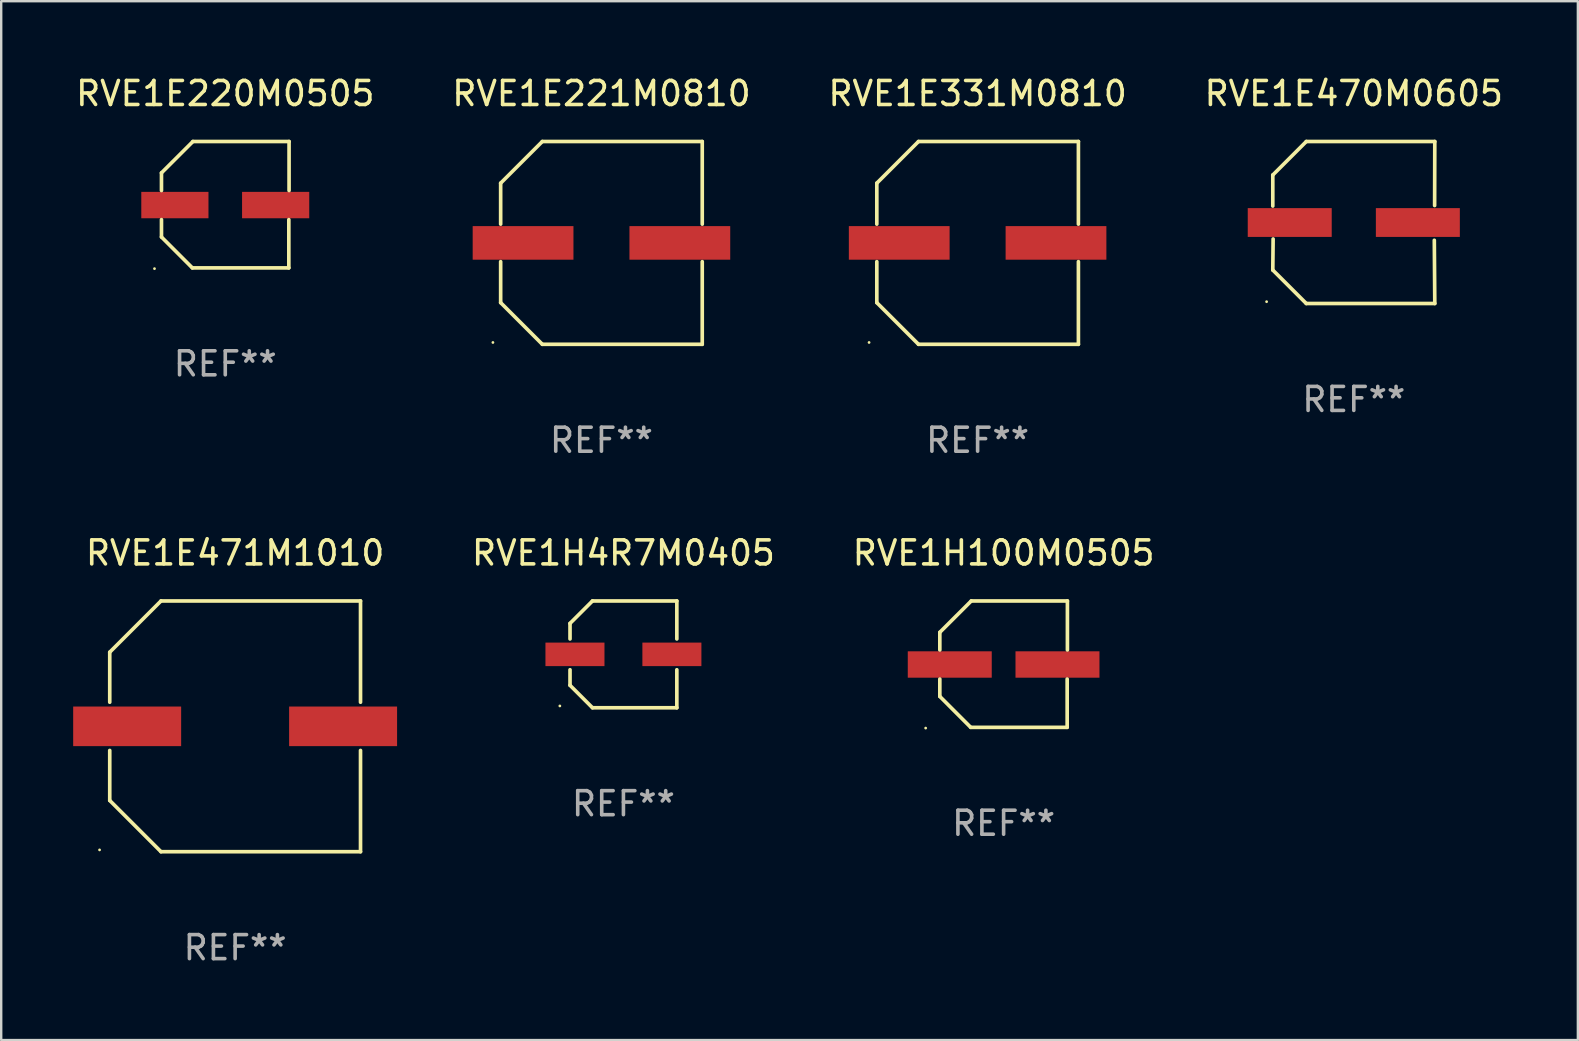
<source format=kicad_pcb>
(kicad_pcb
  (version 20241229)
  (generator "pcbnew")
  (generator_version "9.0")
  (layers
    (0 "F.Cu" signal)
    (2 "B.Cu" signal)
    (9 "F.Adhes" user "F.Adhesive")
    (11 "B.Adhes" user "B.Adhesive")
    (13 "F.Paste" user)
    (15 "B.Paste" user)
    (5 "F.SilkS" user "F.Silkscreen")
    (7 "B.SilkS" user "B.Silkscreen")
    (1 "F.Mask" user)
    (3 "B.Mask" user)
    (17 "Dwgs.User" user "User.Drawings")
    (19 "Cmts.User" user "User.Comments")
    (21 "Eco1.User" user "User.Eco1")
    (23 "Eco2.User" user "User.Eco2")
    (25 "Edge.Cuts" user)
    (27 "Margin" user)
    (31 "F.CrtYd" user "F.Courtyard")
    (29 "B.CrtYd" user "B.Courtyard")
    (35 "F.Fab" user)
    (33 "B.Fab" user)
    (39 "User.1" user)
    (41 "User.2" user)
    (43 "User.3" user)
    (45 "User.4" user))
  (footprint "RVE1E471M1010"
    (layer "F.Cu")
    (at 6.75 27.223)
    (property "Reference" "RVE1E471M1010" (at 0 -7.226 0) (layer "F.SilkS") (effects (font (size 1 1) (thickness 0.15))))
    (attr through_hole)
    (fp_line (start -5.226 -3.09) (end -5.226 -1.005) (stroke (width 0.152) (type solid)) (layer "F.SilkS"))
    (fp_line (start -5.226 1.005) (end -5.226 3.09) (stroke (width 0.152) (type solid)) (layer "F.SilkS"))
    (fp_line (start -3.09 -5.226) (end -5.226 -3.09) (stroke (width 0.152) (type solid)) (layer "F.SilkS"))
    (fp_line (start -3.09 5.226) (end -5.226 3.09) (stroke (width 0.152) (type solid)) (layer "F.SilkS"))
    (fp_line (start 5.226 -5.226) (end -3.09 -5.226) (stroke (width 0.152) (type solid)) (layer "F.SilkS"))
    (fp_line (start 5.226 -1.005) (end 5.226 -5.226) (stroke (width 0.152) (type solid)) (layer "F.SilkS"))
    (fp_line (start 5.226 5.226) (end -3.09 5.226) (stroke (width 0.152) (type solid)) (layer "F.SilkS"))
    (fp_line (start 5.226 5.226) (end 5.226 1.005) (stroke (width 0.152) (type solid)) (layer "F.SilkS"))
    (fp_circle (center -5.65 5.15) (end -5.62 5.15) (stroke (width 0.06) (type solid)) (fill no) (layer "F.SilkS"))
    (fp_text user "REF**" (at 0 9.226 0) (layer "F.Fab") (effects (font (size 1 1) (thickness 0.15))))
    (pad "1" smd rect (at -4.5 0) (size 4.5 1.65) (layers "F.Cu" "F.Mask" "F.Paste"))
    (pad "2" smd rect (at 4.5 0) (size 4.5 1.65) (layers "F.Cu" "F.Mask" "F.Paste")))
  (footprint "RVE1E331M0810"
    (layer "F.Cu")
    (at 37.696 7.074)
    (property "Reference" "RVE1E331M0810" (at 0 -6.226 0) (layer "F.SilkS") (effects (font (size 1 1) (thickness 0.15))))
    (attr through_hole)
    (fp_line (start -4.201 -2.49) (end -4.201 -0.782) (stroke (width 0.152) (type solid)) (layer "F.SilkS"))
    (fp_line (start -4.201 2.49) (end -4.201 0.782) (stroke (width 0.152) (type solid)) (layer "F.SilkS"))
    (fp_line (start -2.465 -4.226) (end -4.201 -2.49) (stroke (width 0.152) (type solid)) (layer "F.SilkS"))
    (fp_line (start -2.465 4.226) (end -4.201 2.49) (stroke (width 0.152) (type solid)) (layer "F.SilkS"))
    (fp_line (start 4.201 -4.226) (end -2.465 -4.226) (stroke (width 0.152) (type solid)) (layer "F.SilkS"))
    (fp_line (start 4.201 -0.782) (end 4.201 -4.226) (stroke (width 0.152) (type solid)) (layer "F.SilkS"))
    (fp_line (start 4.201 0.782) (end 4.201 4.226) (stroke (width 0.152) (type solid)) (layer "F.SilkS"))
    (fp_line (start 4.201 4.226) (end -2.465 4.226) (stroke (width 0.152) (type solid)) (layer "F.SilkS"))
    (fp_circle (center -4.524 4.15) (end -4.494 4.15) (stroke (width 0.06) (type solid)) (fill no) (layer "F.SilkS"))
    (fp_text user "REF**" (at 0 8.226 0) (layer "F.Fab") (effects (font (size 1 1) (thickness 0.15))))
    (pad "1" smd rect (at -3.267 0) (size 4.2 1.4) (layers "F.Cu" "F.Mask" "F.Paste"))
    (pad "2" smd rect (at 3.267 0) (size 4.2 1.4) (layers "F.Cu" "F.Mask" "F.Paste")))
  (footprint "RVE1E221M0810"
    (layer "F.Cu")
    (at 22.018 7.074)
    (property "Reference" "RVE1E221M0810" (at 0 -6.226 0) (layer "F.SilkS") (effects (font (size 1 1) (thickness 0.15))))
    (attr through_hole)
    (fp_line (start -4.201 -2.49) (end -4.201 -0.782) (stroke (width 0.152) (type solid)) (layer "F.SilkS"))
    (fp_line (start -4.201 2.49) (end -4.201 0.782) (stroke (width 0.152) (type solid)) (layer "F.SilkS"))
    (fp_line (start -2.465 -4.226) (end -4.201 -2.49) (stroke (width 0.152) (type solid)) (layer "F.SilkS"))
    (fp_line (start -2.465 4.226) (end -4.201 2.49) (stroke (width 0.152) (type solid)) (layer "F.SilkS"))
    (fp_line (start 4.201 -4.226) (end -2.465 -4.226) (stroke (width 0.152) (type solid)) (layer "F.SilkS"))
    (fp_line (start 4.201 -0.782) (end 4.201 -4.226) (stroke (width 0.152) (type solid)) (layer "F.SilkS"))
    (fp_line (start 4.201 0.782) (end 4.201 4.226) (stroke (width 0.152) (type solid)) (layer "F.SilkS"))
    (fp_line (start 4.201 4.226) (end -2.465 4.226) (stroke (width 0.152) (type solid)) (layer "F.SilkS"))
    (fp_circle (center -4.524 4.15) (end -4.494 4.15) (stroke (width 0.06) (type solid)) (fill no) (layer "F.SilkS"))
    (fp_text user "REF**" (at 0 8.226 0) (layer "F.Fab") (effects (font (size 1 1) (thickness 0.15))))
    (pad "1" smd rect (at -3.267 0) (size 4.2 1.4) (layers "F.Cu" "F.Mask" "F.Paste"))
    (pad "2" smd rect (at 3.267 0) (size 4.2 1.4) (layers "F.Cu" "F.Mask" "F.Paste")))
  (footprint "RVE1E470M0605"
    (layer "F.Cu")
    (at 53.375 6.224)
    (property "Reference" "RVE1E470M0605" (at 0 -5.376 0) (layer "F.SilkS") (effects (font (size 1 1) (thickness 0.15))))
    (attr through_hole)
    (fp_line (start -3.376 -1.98) (end -3.376 -0.686) (stroke (width 0.152) (type solid)) (layer "F.SilkS"))
    (fp_line (start -3.376 1.981) (end -3.362 0.686) (stroke (width 0.152) (type solid)) (layer "F.SilkS"))
    (fp_line (start -1.981 3.376) (end -3.376 1.981) (stroke (width 0.152) (type solid)) (layer "F.SilkS"))
    (fp_line (start -1.98 -3.376) (end -3.376 -1.98) (stroke (width 0.152) (type solid)) (layer "F.SilkS"))
    (fp_line (start 3.356 0.74) (end 3.376 3.376) (stroke (width 0.152) (type solid)) (layer "F.SilkS"))
    (fp_line (start 3.369 -0.707) (end 3.376 -3.376) (stroke (width 0.152) (type solid)) (layer "F.SilkS"))
    (fp_line (start 3.376 3.376) (end -1.981 3.376) (stroke (width 0.152) (type solid)) (layer "F.SilkS"))
    (fp_line (start 3.376 -3.376) (end -1.98 -3.376) (stroke (width 0.152) (type solid)) (layer "F.SilkS"))
    (fp_circle (center -3.634 3.3) (end -3.604 3.3) (stroke (width 0.06) (type solid)) (fill no) (layer "F.SilkS"))
    (fp_text user "REF**" (at 0 7.376 0) (layer "F.Fab") (effects (font (size 1 1) (thickness 0.15))))
    (pad "1" smd rect (at -2.67 0.000254) (size 3.5 1.2) (layers "F.Cu" "F.Mask" "F.Paste"))
    (pad "2" smd rect (at 2.67 0.000254) (size 3.5 1.2) (layers "F.Cu" "F.Mask" "F.Paste")))
  (footprint "RVE1E220M0505"
    (layer "F.Cu")
    (at 6.339 5.482)
    (property "Reference" "RVE1E220M0505" (at 0 -4.634 0) (layer "F.SilkS") (effects (font (size 1 1) (thickness 0.15))))
    (attr through_hole)
    (fp_line (start -2.659 -1.326) (end -2.659 -0.592) (stroke (width 0.152) (type solid)) (layer "F.SilkS"))
    (fp_line (start -2.659 1.346) (end -2.659 0.622) (stroke (width 0.152) (type solid)) (layer "F.SilkS"))
    (fp_line (start -1.372 2.634) (end -2.659 1.346) (stroke (width 0.152) (type solid)) (layer "F.SilkS"))
    (fp_line (start -1.349 -2.634) (end -2.659 -1.326) (stroke (width 0.152) (type solid)) (layer "F.SilkS"))
    (fp_line (start 2.649 0.622) (end 2.649 2.634) (stroke (width 0.152) (type solid)) (layer "F.SilkS"))
    (fp_line (start 2.649 2.634) (end -1.372 2.634) (stroke (width 0.152) (type solid)) (layer "F.SilkS"))
    (fp_line (start 2.659 -2.634) (end -1.349 -2.634) (stroke (width 0.152) (type solid)) (layer "F.SilkS"))
    (fp_line (start 2.659 -0.592) (end 2.659 -2.634) (stroke (width 0.152) (type solid)) (layer "F.SilkS"))
    (fp_circle (center -2.95 2.665) (end -2.92 2.665) (stroke (width 0.06) (type solid)) (fill no) (layer "F.SilkS"))
    (fp_text user "REF**" (at 0 6.634 0) (layer "F.Fab") (effects (font (size 1 1) (thickness 0.15))))
    (pad "1" smd rect (at -2.1 0.015) (size 2.8 1.1) (layers "F.Cu" "F.Mask" "F.Paste"))
    (pad "2" smd rect (at 2.1 0.015) (size 2.8 1.1) (layers "F.Cu" "F.Mask" "F.Paste")))
  (footprint "RVE1H100M0505"
    (layer "F.Cu")
    (at 38.78 24.631)
    (property "Reference" "RVE1H100M0505" (at 0 -4.634 0) (layer "F.SilkS") (effects (font (size 1 1) (thickness 0.15))))
    (attr through_hole)
    (fp_line (start -2.659 -1.326) (end -2.659 -0.592) (stroke (width 0.152) (type solid)) (layer "F.SilkS"))
    (fp_line (start -2.659 1.346) (end -2.659 0.622) (stroke (width 0.152) (type solid)) (layer "F.SilkS"))
    (fp_line (start -1.372 2.634) (end -2.659 1.346) (stroke (width 0.152) (type solid)) (layer "F.SilkS"))
    (fp_line (start -1.349 -2.634) (end -2.659 -1.326) (stroke (width 0.152) (type solid)) (layer "F.SilkS"))
    (fp_line (start 2.649 0.622) (end 2.649 2.634) (stroke (width 0.152) (type solid)) (layer "F.SilkS"))
    (fp_line (start 2.649 2.634) (end -1.372 2.634) (stroke (width 0.152) (type solid)) (layer "F.SilkS"))
    (fp_line (start 2.659 -2.634) (end -1.349 -2.634) (stroke (width 0.152) (type solid)) (layer "F.SilkS"))
    (fp_line (start 2.659 -0.592) (end 2.659 -2.634) (stroke (width 0.152) (type solid)) (layer "F.SilkS"))
    (fp_circle (center -3.249 2.665) (end -3.219 2.665) (stroke (width 0.06) (type solid)) (fill no) (layer "F.SilkS"))
    (fp_text user "REF**" (at 0 6.634 0) (layer "F.Fab") (effects (font (size 1 1) (thickness 0.15))))
    (pad "1" smd rect (at -2.245 0.015) (size 3.5 1.1) (layers "F.Cu" "F.Mask" "F.Paste"))
    (pad "2" smd rect (at 2.245 0.015) (size 3.5 1.1) (layers "F.Cu" "F.Mask" "F.Paste")))
  (footprint "RVE1H4R7M0405"
    (layer "F.Cu")
    (at 22.934 24.223)
    (property "Reference" "RVE1H4R7M0405" (at 0 -4.226 0) (layer "F.SilkS") (effects (font (size 1 1) (thickness 0.15))))
    (attr through_hole)
    (fp_line (start -2.226 -1.29) (end -1.29 -2.226) (stroke (width 0.152) (type solid)) (layer "F.SilkS"))
    (fp_line (start -2.226 -0.642) (end -2.226 -1.29) (stroke (width 0.152) (type solid)) (layer "F.SilkS"))
    (fp_line (start -2.226 0.642) (end -2.226 1.29) (stroke (width 0.152) (type solid)) (layer "F.SilkS"))
    (fp_line (start -2.226 1.29) (end -1.29 2.226) (stroke (width 0.152) (type solid)) (layer "F.SilkS"))
    (fp_line (start -1.29 -2.226) (end 2.226 -2.226) (stroke (width 0.152) (type solid)) (layer "F.SilkS"))
    (fp_line (start -1.29 2.226) (end 2.226 2.226) (stroke (width 0.152) (type solid)) (layer "F.SilkS"))
    (fp_line (start 2.226 -2.226) (end 2.226 -0.642) (stroke (width 0.152) (type solid)) (layer "F.SilkS"))
    (fp_line (start 2.226 2.226) (end 2.226 0.642) (stroke (width 0.152) (type solid)) (layer "F.SilkS"))
    (fp_circle (center -2.65 2.15) (end -2.62 2.15) (stroke (width 0.06) (type solid)) (fill no) (layer "F.SilkS"))
    (fp_text user "REF**" (at 0 6.226 0) (layer "F.Fab") (effects (font (size 1 1) (thickness 0.15))))
    (pad "1" smd rect (at -2.02 -0.000013) (size 2.46 0.98) (layers "F.Cu" "F.Mask" "F.Paste"))
    (pad "2" smd rect (at 2.02 -0.000013) (size 2.46 0.98) (layers "F.Cu" "F.Mask" "F.Paste")))
  (gr_rect
    (start -3 -3)
    (end 62.714 40.298)
    (stroke (width 0.1) (type default))
    (fill no)
    (layer "Edge.Cuts")))
</source>
